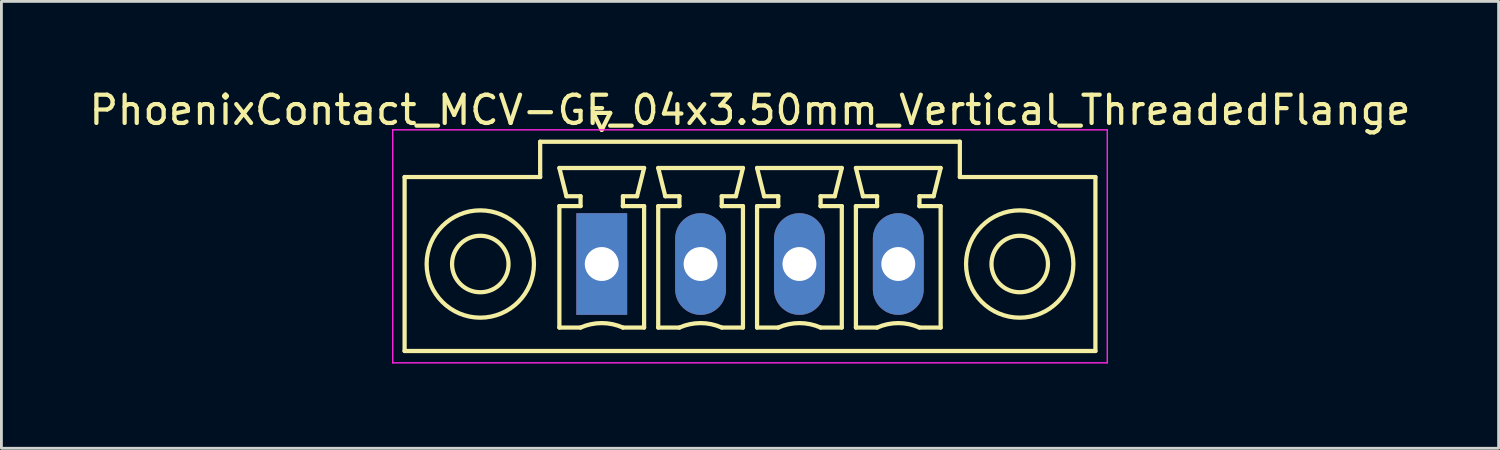
<source format=kicad_pcb>
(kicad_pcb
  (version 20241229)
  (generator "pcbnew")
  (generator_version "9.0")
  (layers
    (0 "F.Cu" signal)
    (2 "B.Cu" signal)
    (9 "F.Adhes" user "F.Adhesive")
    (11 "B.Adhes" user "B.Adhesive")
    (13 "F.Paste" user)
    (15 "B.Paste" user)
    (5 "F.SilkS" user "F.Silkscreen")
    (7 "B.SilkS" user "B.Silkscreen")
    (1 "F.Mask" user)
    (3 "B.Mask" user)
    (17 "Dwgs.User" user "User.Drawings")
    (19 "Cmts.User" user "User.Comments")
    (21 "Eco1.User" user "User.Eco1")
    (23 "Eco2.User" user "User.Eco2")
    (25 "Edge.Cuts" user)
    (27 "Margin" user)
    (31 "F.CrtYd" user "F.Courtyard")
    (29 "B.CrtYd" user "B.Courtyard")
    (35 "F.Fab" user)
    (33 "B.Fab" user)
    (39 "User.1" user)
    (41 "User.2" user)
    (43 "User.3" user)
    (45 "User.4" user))
  (footprint "PhoenixContact_MCV-GF_04x3.50mm_Vertical_ThreadedFlange"
    (layer "F.Cu")
    (at 18.256 6.298)
    (property "Reference" "PhoenixContact_MCV-GF_04x3.50mm_Vertical_ThreadedFlange" (at 5.25 -5.45 0) (layer "F.SilkS") (effects (font (size 1 1) (thickness 0.15))))
    (attr through_hole)
    (fp_line (start -6.98 -3.08) (end -6.98 3.08) (stroke (width 0.15) (type solid)) (layer "F.SilkS"))
    (fp_line (start -6.98 3.08) (end 17.48 3.08) (stroke (width 0.15) (type solid)) (layer "F.SilkS"))
    (fp_line (start -2.18 -4.33) (end -2.18 -3.08) (stroke (width 0.15) (type solid)) (layer "F.SilkS"))
    (fp_line (start -2.18 -3.08) (end -6.98 -3.08) (stroke (width 0.15) (type solid)) (layer "F.SilkS"))
    (fp_line (start -1.5 -3.4) (end 1.5 -3.4) (stroke (width 0.15) (type solid)) (layer "F.SilkS"))
    (fp_line (start -1.5 -2.05) (end -0.75 -2.05) (stroke (width 0.15) (type solid)) (layer "F.SilkS"))
    (fp_line (start -1.5 2.25) (end -1.5 -2.05) (stroke (width 0.15) (type solid)) (layer "F.SilkS"))
    (fp_line (start -1.25 -2.4) (end -1.5 -3.4) (stroke (width 0.15) (type solid)) (layer "F.SilkS"))
    (fp_line (start -0.75 -2.4) (end -1.25 -2.4) (stroke (width 0.15) (type solid)) (layer "F.SilkS"))
    (fp_line (start -0.75 -2.05) (end -0.75 -2.4) (stroke (width 0.15) (type solid)) (layer "F.SilkS"))
    (fp_line (start -0.75 2.25) (end -1.5 2.25) (stroke (width 0.15) (type solid)) (layer "F.SilkS"))
    (fp_line (start -0.3 -5.35) (end 0 -4.75) (stroke (width 0.15) (type solid)) (layer "F.SilkS"))
    (fp_line (start 0 -4.75) (end 0.3 -5.35) (stroke (width 0.15) (type solid)) (layer "F.SilkS"))
    (fp_line (start 0.3 -5.35) (end -0.3 -5.35) (stroke (width 0.15) (type solid)) (layer "F.SilkS"))
    (fp_line (start 0.75 -2.4) (end 0.75 -2.05) (stroke (width 0.15) (type solid)) (layer "F.SilkS"))
    (fp_line (start 0.75 -2.05) (end 0.75 -2.05) (stroke (width 0.15) (type solid)) (layer "F.SilkS"))
    (fp_line (start 0.75 -2.05) (end 1.5 -2.05) (stroke (width 0.15) (type solid)) (layer "F.SilkS"))
    (fp_line (start 1.25 -2.4) (end 0.75 -2.4) (stroke (width 0.15) (type solid)) (layer "F.SilkS"))
    (fp_line (start 1.5 -3.4) (end 1.25 -2.4) (stroke (width 0.15) (type solid)) (layer "F.SilkS"))
    (fp_line (start 1.5 -2.05) (end 1.5 2.25) (stroke (width 0.15) (type solid)) (layer "F.SilkS"))
    (fp_line (start 1.5 2.25) (end 0.75 2.25) (stroke (width 0.15) (type solid)) (layer "F.SilkS"))
    (fp_line (start 2 -3.4) (end 5 -3.4) (stroke (width 0.15) (type solid)) (layer "F.SilkS"))
    (fp_line (start 2 -2.05) (end 2.75 -2.05) (stroke (width 0.15) (type solid)) (layer "F.SilkS"))
    (fp_line (start 2 2.25) (end 2 -2.05) (stroke (width 0.15) (type solid)) (layer "F.SilkS"))
    (fp_line (start 2.25 -2.4) (end 2 -3.4) (stroke (width 0.15) (type solid)) (layer "F.SilkS"))
    (fp_line (start 2.75 -2.4) (end 2.25 -2.4) (stroke (width 0.15) (type solid)) (layer "F.SilkS"))
    (fp_line (start 2.75 -2.05) (end 2.75 -2.4) (stroke (width 0.15) (type solid)) (layer "F.SilkS"))
    (fp_line (start 2.75 2.25) (end 2 2.25) (stroke (width 0.15) (type solid)) (layer "F.SilkS"))
    (fp_line (start 4.25 -2.4) (end 4.25 -2.05) (stroke (width 0.15) (type solid)) (layer "F.SilkS"))
    (fp_line (start 4.25 -2.05) (end 4.25 -2.05) (stroke (width 0.15) (type solid)) (layer "F.SilkS"))
    (fp_line (start 4.25 -2.05) (end 5 -2.05) (stroke (width 0.15) (type solid)) (layer "F.SilkS"))
    (fp_line (start 4.75 -2.4) (end 4.25 -2.4) (stroke (width 0.15) (type solid)) (layer "F.SilkS"))
    (fp_line (start 5 -3.4) (end 4.75 -2.4) (stroke (width 0.15) (type solid)) (layer "F.SilkS"))
    (fp_line (start 5 -2.05) (end 5 2.25) (stroke (width 0.15) (type solid)) (layer "F.SilkS"))
    (fp_line (start 5 2.25) (end 4.25 2.25) (stroke (width 0.15) (type solid)) (layer "F.SilkS"))
    (fp_line (start 5.5 -3.4) (end 8.5 -3.4) (stroke (width 0.15) (type solid)) (layer "F.SilkS"))
    (fp_line (start 5.5 -2.05) (end 6.25 -2.05) (stroke (width 0.15) (type solid)) (layer "F.SilkS"))
    (fp_line (start 5.5 2.25) (end 5.5 -2.05) (stroke (width 0.15) (type solid)) (layer "F.SilkS"))
    (fp_line (start 5.75 -2.4) (end 5.5 -3.4) (stroke (width 0.15) (type solid)) (layer "F.SilkS"))
    (fp_line (start 6.25 -2.4) (end 5.75 -2.4) (stroke (width 0.15) (type solid)) (layer "F.SilkS"))
    (fp_line (start 6.25 -2.05) (end 6.25 -2.4) (stroke (width 0.15) (type solid)) (layer "F.SilkS"))
    (fp_line (start 6.25 2.25) (end 5.5 2.25) (stroke (width 0.15) (type solid)) (layer "F.SilkS"))
    (fp_line (start 7.75 -2.4) (end 7.75 -2.05) (stroke (width 0.15) (type solid)) (layer "F.SilkS"))
    (fp_line (start 7.75 -2.05) (end 7.75 -2.05) (stroke (width 0.15) (type solid)) (layer "F.SilkS"))
    (fp_line (start 7.75 -2.05) (end 8.5 -2.05) (stroke (width 0.15) (type solid)) (layer "F.SilkS"))
    (fp_line (start 8.25 -2.4) (end 7.75 -2.4) (stroke (width 0.15) (type solid)) (layer "F.SilkS"))
    (fp_line (start 8.5 -3.4) (end 8.25 -2.4) (stroke (width 0.15) (type solid)) (layer "F.SilkS"))
    (fp_line (start 8.5 -2.05) (end 8.5 2.25) (stroke (width 0.15) (type solid)) (layer "F.SilkS"))
    (fp_line (start 8.5 2.25) (end 7.75 2.25) (stroke (width 0.15) (type solid)) (layer "F.SilkS"))
    (fp_line (start 9 -3.4) (end 12 -3.4) (stroke (width 0.15) (type solid)) (layer "F.SilkS"))
    (fp_line (start 9 -2.05) (end 9.75 -2.05) (stroke (width 0.15) (type solid)) (layer "F.SilkS"))
    (fp_line (start 9 2.25) (end 9 -2.05) (stroke (width 0.15) (type solid)) (layer "F.SilkS"))
    (fp_line (start 9.25 -2.4) (end 9 -3.4) (stroke (width 0.15) (type solid)) (layer "F.SilkS"))
    (fp_line (start 9.75 -2.4) (end 9.25 -2.4) (stroke (width 0.15) (type solid)) (layer "F.SilkS"))
    (fp_line (start 9.75 -2.05) (end 9.75 -2.4) (stroke (width 0.15) (type solid)) (layer "F.SilkS"))
    (fp_line (start 9.75 2.25) (end 9 2.25) (stroke (width 0.15) (type solid)) (layer "F.SilkS"))
    (fp_line (start 11.25 -2.4) (end 11.25 -2.05) (stroke (width 0.15) (type solid)) (layer "F.SilkS"))
    (fp_line (start 11.25 -2.05) (end 11.25 -2.05) (stroke (width 0.15) (type solid)) (layer "F.SilkS"))
    (fp_line (start 11.25 -2.05) (end 12 -2.05) (stroke (width 0.15) (type solid)) (layer "F.SilkS"))
    (fp_line (start 11.75 -2.4) (end 11.25 -2.4) (stroke (width 0.15) (type solid)) (layer "F.SilkS"))
    (fp_line (start 12 -3.4) (end 11.75 -2.4) (stroke (width 0.15) (type solid)) (layer "F.SilkS"))
    (fp_line (start 12 -2.05) (end 12 2.25) (stroke (width 0.15) (type solid)) (layer "F.SilkS"))
    (fp_line (start 12 2.25) (end 11.25 2.25) (stroke (width 0.15) (type solid)) (layer "F.SilkS"))
    (fp_line (start 12.68 -4.33) (end -2.18 -4.33) (stroke (width 0.15) (type solid)) (layer "F.SilkS"))
    (fp_line (start 12.68 -3.08) (end 12.68 -4.33) (stroke (width 0.15) (type solid)) (layer "F.SilkS"))
    (fp_line (start 17.48 -3.08) (end 12.68 -3.08) (stroke (width 0.15) (type solid)) (layer "F.SilkS"))
    (fp_line (start 17.48 3.08) (end 17.48 -3.08) (stroke (width 0.15) (type solid)) (layer "F.SilkS"))
    (fp_arc (start -0.75 2.25) (mid -0.000193 2.09191) (end 0.749647 2.249844) (stroke (width 0.15) (type solid)) (layer "F.SilkS"))
    (fp_arc (start 2.75 2.25) (mid 3.499807 2.09191) (end 4.249647 2.249844) (stroke (width 0.15) (type solid)) (layer "F.SilkS"))
    (fp_arc (start 6.25 2.25) (mid 6.999807 2.09191) (end 7.749647 2.249844) (stroke (width 0.15) (type solid)) (layer "F.SilkS"))
    (fp_arc (start 9.75 2.25) (mid 10.499807 2.09191) (end 11.249647 2.249844) (stroke (width 0.15) (type solid)) (layer "F.SilkS"))
    (fp_circle (center -4.3 0) (end -3.3 0) (stroke (width 0.15) (type solid)) (fill no) (layer "F.SilkS"))
    (fp_circle (center -4.3 0) (end -2.4 0) (stroke (width 0.15) (type solid)) (fill no) (layer "F.SilkS"))
    (fp_circle (center 14.8 0) (end 15.8 0) (stroke (width 0.15) (type solid)) (fill no) (layer "F.SilkS"))
    (fp_circle (center 14.8 0) (end 16.7 0) (stroke (width 0.15) (type solid)) (fill no) (layer "F.SilkS"))
    (fp_line (start -7.4 -4.75) (end -7.4 3.5) (stroke (width 0.05) (type solid)) (layer "F.CrtYd"))
    (fp_line (start -7.4 3.5) (end 17.9 3.5) (stroke (width 0.05) (type solid)) (layer "F.CrtYd"))
    (fp_line (start 17.9 -4.75) (end -7.4 -4.75) (stroke (width 0.05) (type solid)) (layer "F.CrtYd"))
    (fp_line (start 17.9 3.5) (end 17.9 -4.75) (stroke (width 0.05) (type solid)) (layer "F.CrtYd"))
    (pad "1" thru_hole rect (at 0 0) (size 1.8 3.6) (drill 1.2) (layers "*.Cu" "*.Mask"))
    (pad "2" thru_hole oval (at 3.5 0) (size 1.8 3.6) (drill 1.2) (layers "*.Cu" "*.Mask"))
    (pad "3" thru_hole oval (at 7 0) (size 1.8 3.6) (drill 1.2) (layers "*.Cu" "*.Mask"))
    (pad "4" thru_hole oval (at 10.5 0) (size 1.8 3.6) (drill 1.2) (layers "*.Cu" "*.Mask")))
  (gr_rect
    (start -3 -3)
    (end 50.012 12.823)
    (stroke (width 0.1) (type default))
    (fill no)
    (layer "Edge.Cuts")))
</source>
